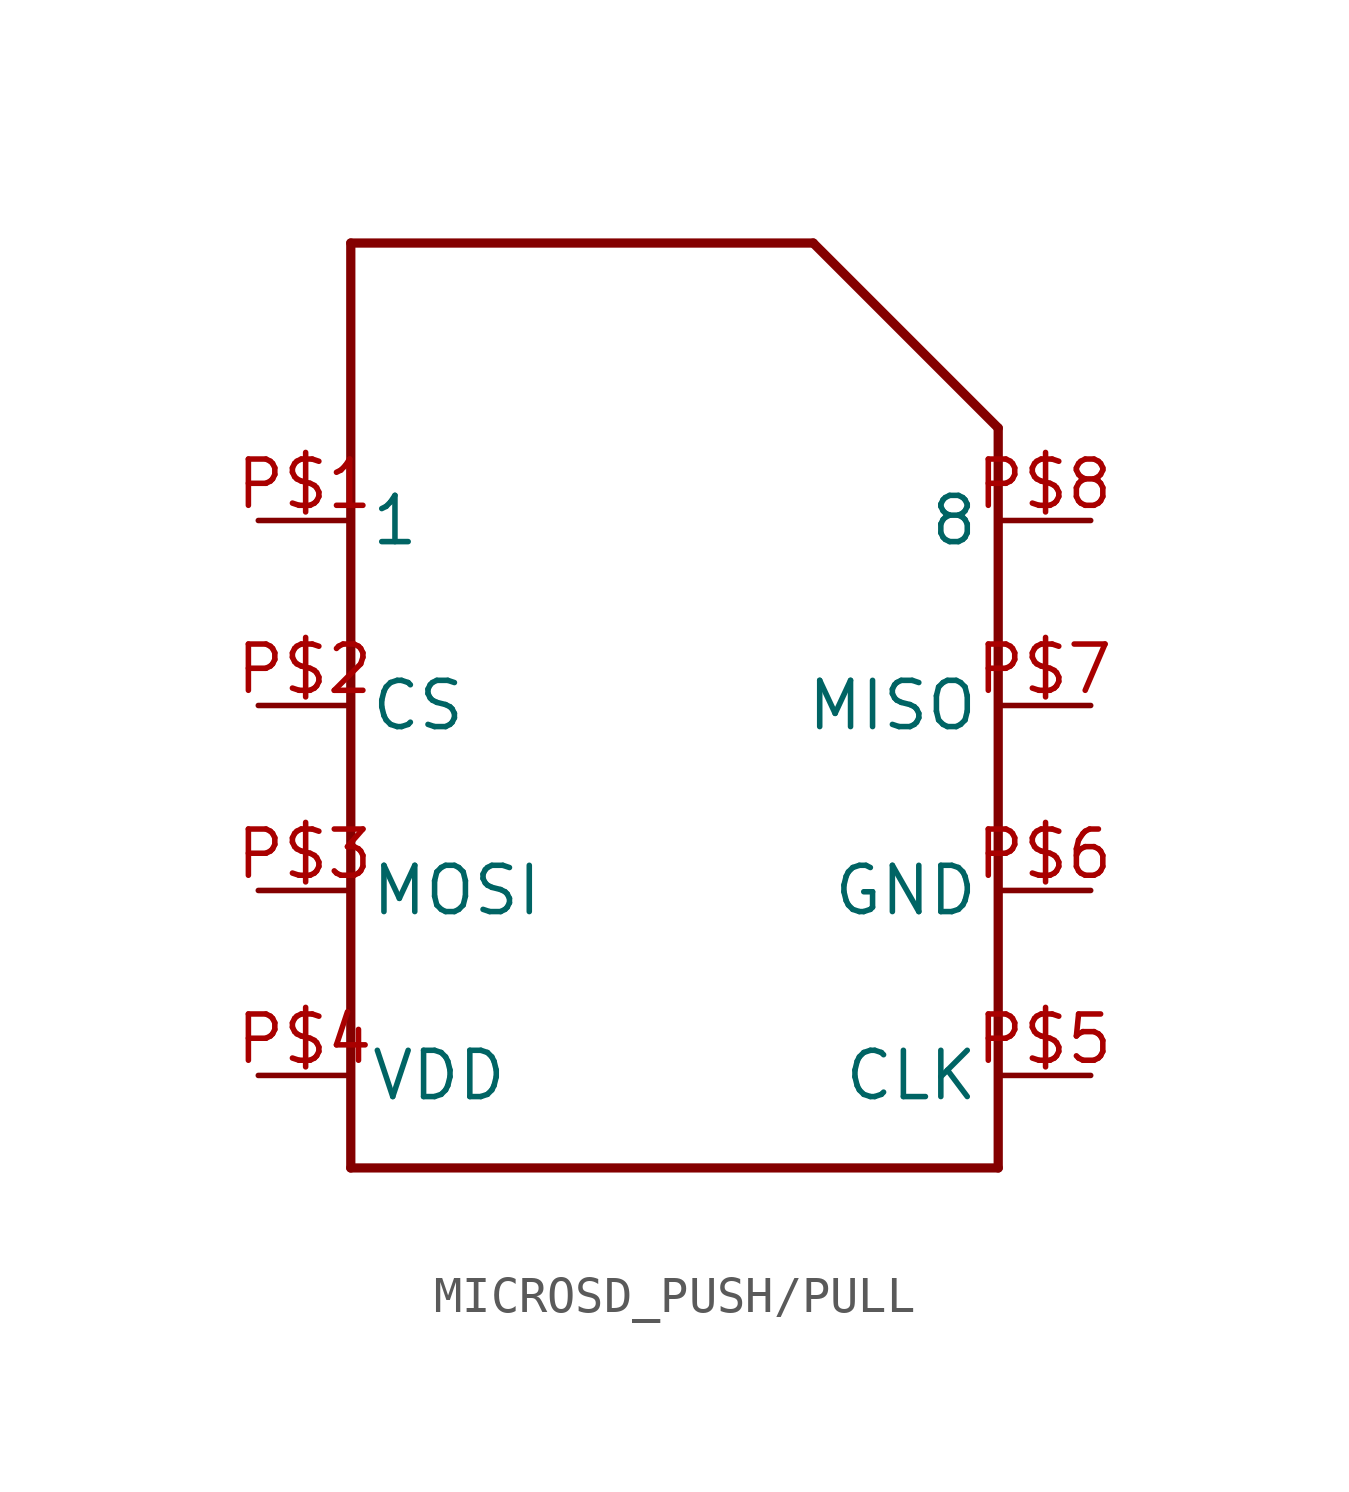
<source format=kicad_sym>
(kicad_symbol_lib
  (version 20220914)
  (generator kicad_symbol_editor)
  (symbol "MICROSD_PUSH/PULL"
    (property "Reference" ""
      (at -5.588 16.002 0)
      (effects (font (size 1.676 1.425)) (justify left bottom) hide))
    (property "ki_locked" ""
      (at 0 0 0)
      (effects (font (size 1.27 1.27))))
    (symbol "MICROSD_PUSH/PULL_1_0"
      (polyline (pts (xy -7.62 -10.16) (xy 10.16 -10.16)) (stroke (width 0.254) (type solid)) (fill (type none)))
      (polyline (pts (xy -7.62 15.24) (xy -7.62 -10.16)) (stroke (width 0.254) (type solid)) (fill (type none)))
      (polyline (pts (xy 5.08 15.24) (xy -7.62 15.24)) (stroke (width 0.254) (type solid)) (fill (type none)))
      (polyline (pts (xy 10.16 -10.16) (xy 10.16 10.16)) (stroke (width 0.254) (type solid)) (fill (type none)))
      (polyline (pts (xy 10.16 10.16) (xy 5.08 15.24)) (stroke (width 0.254) (type solid)) (fill (type none)))
      (pin bidirectional line (at -10.16 7.62 0) (length 2.54) (name "1" (effects (font (size 1.27 1.27)))) (number "P$1" (effects (font (size 1.27 1.27)))))
      (pin bidirectional line (at -10.16 2.54 0) (length 2.54) (name "CS" (effects (font (size 1.27 1.27)))) (number "P$2" (effects (font (size 1.27 1.27)))))
      (pin bidirectional line (at -10.16 -2.54 0) (length 2.54) (name "MOSI" (effects (font (size 1.27 1.27)))) (number "P$3" (effects (font (size 1.27 1.27)))))
      (pin bidirectional line (at -10.16 -7.62 0) (length 2.54) (name "VDD" (effects (font (size 1.27 1.27)))) (number "P$4" (effects (font (size 1.27 1.27)))))
      (pin bidirectional line (at 12.7 -7.62 180) (length 2.54) (name "CLK" (effects (font (size 1.27 1.27)))) (number "P$5" (effects (font (size 1.27 1.27)))))
      (pin bidirectional line (at 12.7 -2.54 180) (length 2.54) (name "GND" (effects (font (size 1.27 1.27)))) (number "P$6" (effects (font (size 1.27 1.27)))))
      (pin bidirectional line (at 12.7 2.54 180) (length 2.54) (name "MISO" (effects (font (size 1.27 1.27)))) (number "P$7" (effects (font (size 1.27 1.27)))))
      (pin bidirectional line (at 12.7 7.62 180) (length 2.54) (name "8" (effects (font (size 1.27 1.27)))) (number "P$8" (effects (font (size 1.27 1.27))))))))
</source>
